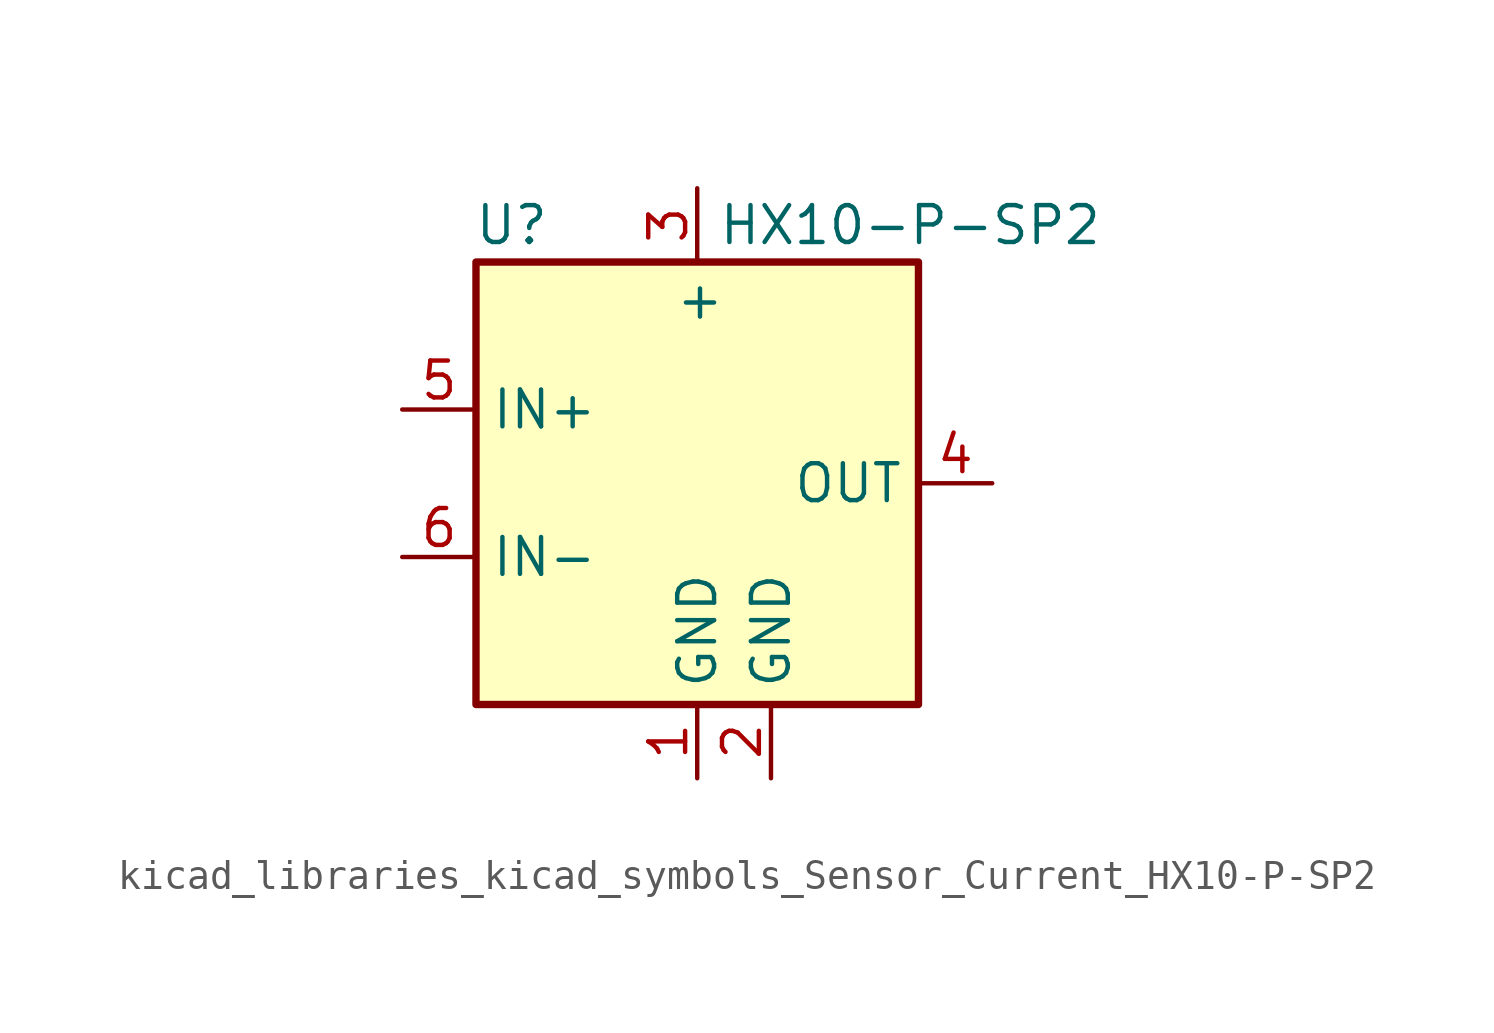
<source format=kicad_sym>
(kicad_symbol_lib
  (version 20220914)
  (generator kicad_symbol_editor)
  (symbol "kicad_libraries_kicad_symbols_Sensor_Current_HX10-P-SP2"
    (property "Reference" "U"
      (at -5.08 8.89 0)
      (effects (font (size 1.27 1.27)) (justify right)))
    (property "Value" "HX10-P-SP2"
      (at 13.97 8.89 0)
      (effects (font (size 1.27 1.27)) (justify right)))
    (symbol "kicad_libraries_kicad_symbols_Sensor_Current_HX10-P-SP2_0_1"
      (rectangle (start -7.62 7.62) (end 7.62 -7.62) (stroke (width 0.254) (type default)) (fill (type background))))
    (symbol "kicad_libraries_kicad_symbols_Sensor_Current_HX10-P-SP2_1_1"
      (pin power_in line (at 0 -10.16 90) (length 2.54) (name "GND" (effects (font (size 1.27 1.27)))) (number "1" (effects (font (size 1.27 1.27)))))
      (pin power_in line (at 2.54 -10.16 90) (length 2.54) (name "GND" (effects (font (size 1.27 1.27)))) (number "2" (effects (font (size 1.27 1.27)))))
      (pin power_in line (at 0 10.16 270) (length 2.54) (name "+" (effects (font (size 1.27 1.27)))) (number "3" (effects (font (size 1.27 1.27)))))
      (pin output line (at 10.16 0 180) (length 2.54) (name "OUT" (effects (font (size 1.27 1.27)))) (number "4" (effects (font (size 1.27 1.27)))))
      (pin passive line (at -10.16 2.54 0) (length 2.54) (name "IN+" (effects (font (size 1.27 1.27)))) (number "5" (effects (font (size 1.27 1.27)))))
      (pin passive line (at -10.16 -2.54 0) (length 2.54) (name "IN-" (effects (font (size 1.27 1.27)))) (number "6" (effects (font (size 1.27 1.27))))))))
</source>
